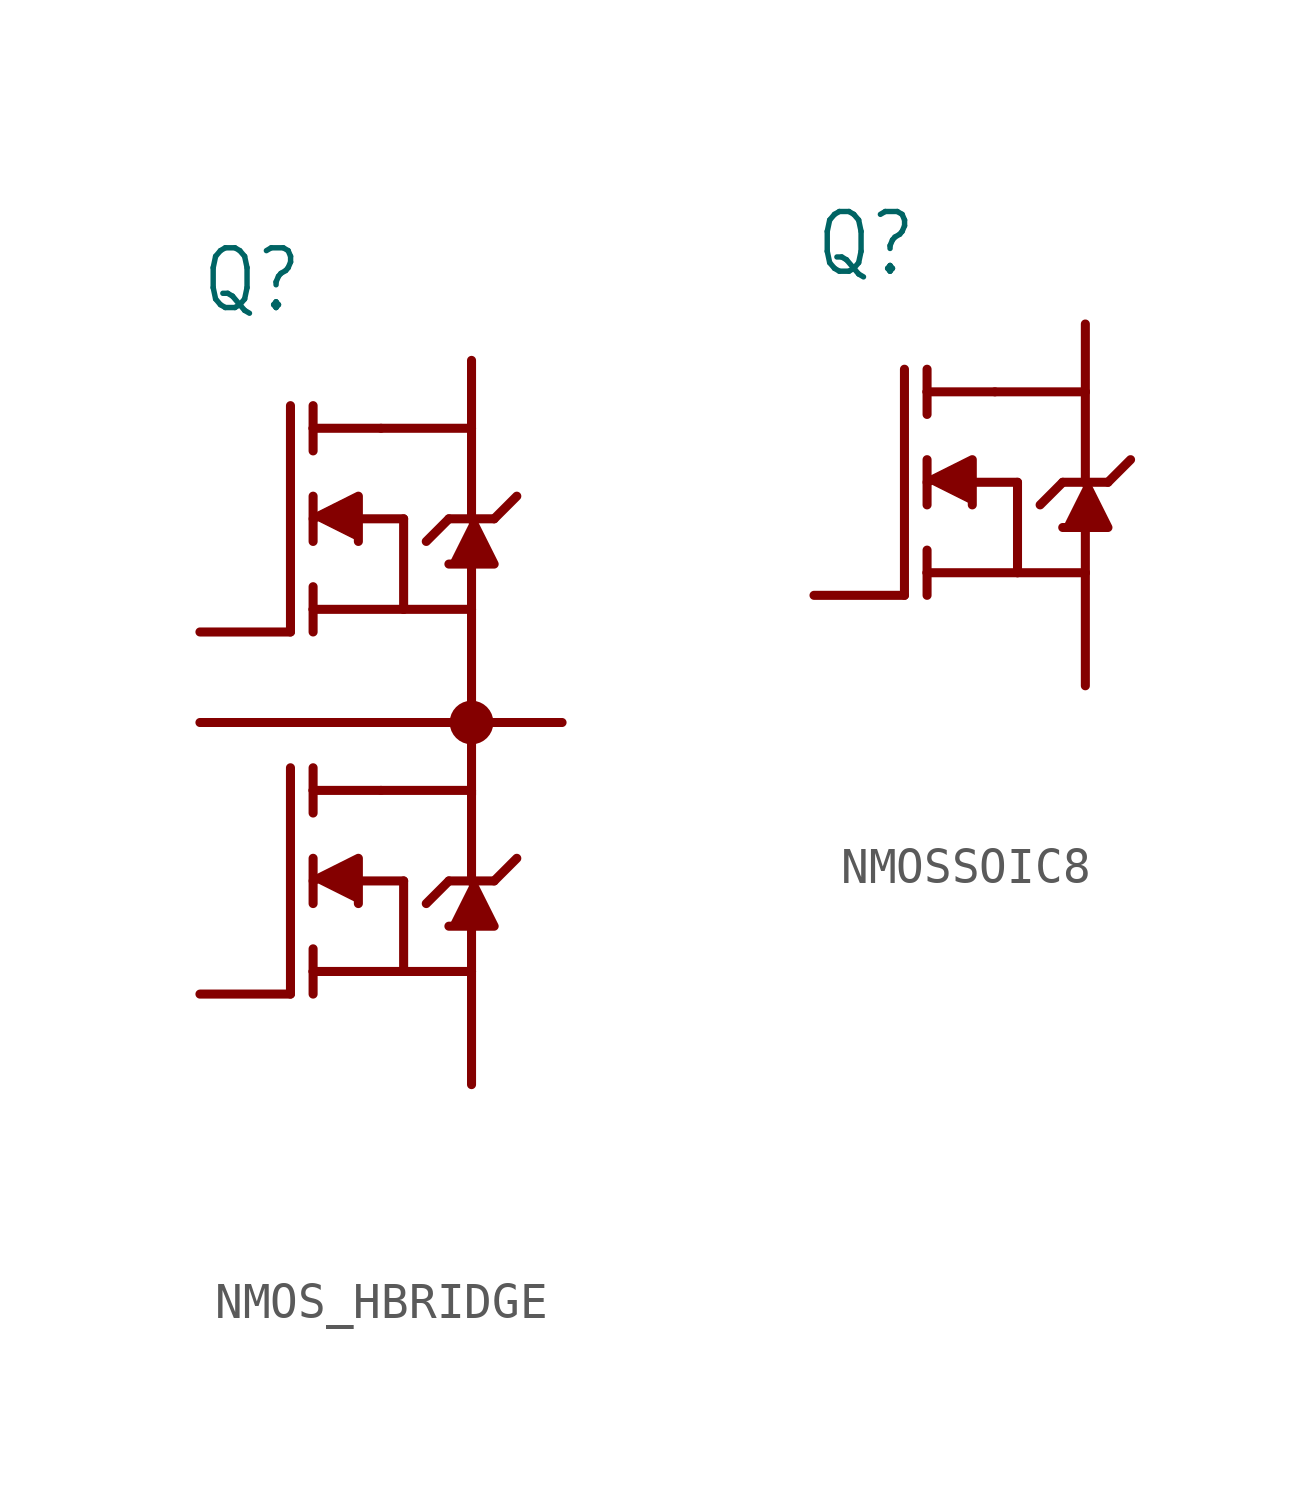
<source format=kicad_sym>
(kicad_symbol_lib
  (version 20231120)
  (generator "kicad_symbol_editor")
  (generator_version "8.0")
  (symbol "NMOS_HBRIDGE"
    (property "Reference" "Q"
      (at -7.62 11.43 0)
      (effects (font (size 1.676 1.425)) (justify left bottom)))
    (property "Value" ""
      (at -7.62 -12.7 0)
      (effects (font (size 1.676 1.425)) (justify left bottom)))
    (property "ki_locked" ""
      (at 0 0 0)
      (effects (font (size 1.27 1.27))))
    (symbol "NMOS_HBRIDGE_1_0"
      (polyline (pts (xy -7.62 0) (xy 2.54 0)) (stroke (width 0.254) (type solid)) (fill (type none)))
      (polyline (pts (xy -5.08 -7.62) (xy -7.62 -7.62)) (stroke (width 0.254) (type solid)) (fill (type none)))
      (polyline (pts (xy -5.08 -1.27) (xy -5.08 -7.62)) (stroke (width 0.254) (type solid)) (fill (type none)))
      (polyline (pts (xy -5.08 2.54) (xy -7.62 2.54)) (stroke (width 0.254) (type solid)) (fill (type none)))
      (polyline (pts (xy -5.08 8.89) (xy -5.08 2.54)) (stroke (width 0.254) (type solid)) (fill (type none)))
      (polyline (pts (xy -4.445 -6.985) (xy -4.445 -7.62)) (stroke (width 0.254) (type solid)) (fill (type none)))
      (polyline (pts (xy -4.445 -6.35) (xy -4.445 -6.985)) (stroke (width 0.254) (type solid)) (fill (type none)))
      (polyline (pts (xy -4.445 -3.81) (xy -4.445 -5.08)) (stroke (width 0.254) (type solid)) (fill (type none)))
      (polyline (pts (xy -4.445 -1.905) (xy -4.445 -2.54)) (stroke (width 0.254) (type solid)) (fill (type none)))
      (polyline (pts (xy -4.445 -1.905) (xy -2.54 -1.905)) (stroke (width 0.254) (type solid)) (fill (type none)))
      (polyline (pts (xy -4.445 -1.27) (xy -4.445 -1.905)) (stroke (width 0.254) (type solid)) (fill (type none)))
      (polyline (pts (xy -4.445 3.175) (xy -4.445 2.54)) (stroke (width 0.254) (type solid)) (fill (type none)))
      (polyline (pts (xy -4.445 3.81) (xy -4.445 3.175)) (stroke (width 0.254) (type solid)) (fill (type none)))
      (polyline (pts (xy -4.445 6.35) (xy -4.445 5.08)) (stroke (width 0.254) (type solid)) (fill (type none)))
      (polyline (pts (xy -4.445 8.255) (xy -4.445 7.62)) (stroke (width 0.254) (type solid)) (fill (type none)))
      (polyline (pts (xy -4.445 8.255) (xy -2.54 8.255)) (stroke (width 0.254) (type solid)) (fill (type none)))
      (polyline (pts (xy -4.445 8.89) (xy -4.445 8.255)) (stroke (width 0.254) (type solid)) (fill (type none)))
      (polyline (pts (xy -3.175 -4.445) (xy -1.905 -4.445)) (stroke (width 0.254) (type solid)) (fill (type none)))
      (polyline (pts (xy -3.175 5.715) (xy -1.905 5.715)) (stroke (width 0.254) (type solid)) (fill (type none)))
      (polyline (pts (xy -1.905 -6.985) (xy -4.445 -6.985)) (stroke (width 0.254) (type solid)) (fill (type none)))
      (polyline (pts (xy -1.905 -6.985) (xy 0 -6.985)) (stroke (width 0.254) (type solid)) (fill (type none)))
      (polyline (pts (xy -1.905 -4.445) (xy -1.905 -6.985)) (stroke (width 0.254) (type solid)) (fill (type none)))
      (polyline (pts (xy -1.905 3.175) (xy -4.445 3.175)) (stroke (width 0.254) (type solid)) (fill (type none)))
      (polyline (pts (xy -1.905 3.175) (xy 0 3.175)) (stroke (width 0.254) (type solid)) (fill (type none)))
      (polyline (pts (xy -1.905 5.715) (xy -1.905 3.175)) (stroke (width 0.254) (type solid)) (fill (type none)))
      (polyline (pts (xy -1.27 -5.08) (xy -0.635 -4.445)) (stroke (width 0.254) (type solid)) (fill (type none)))
      (polyline (pts (xy -1.27 5.08) (xy -0.635 5.715)) (stroke (width 0.254) (type solid)) (fill (type none)))
      (polyline (pts (xy -0.635 -4.445) (xy 0 -4.445)) (stroke (width 0.254) (type solid)) (fill (type none)))
      (polyline (pts (xy -0.635 5.715) (xy 0 5.715)) (stroke (width 0.254) (type solid)) (fill (type none)))
      (polyline (pts (xy 0 -6.985) (xy 0 -10.16)) (stroke (width 0.254) (type solid)) (fill (type none)))
      (polyline (pts (xy 0 -6.985) (xy 0 -5.715)) (stroke (width 0.254) (type solid)) (fill (type none)))
      (polyline (pts (xy 0 -4.445) (xy 0 -1.905)) (stroke (width 0.254) (type solid)) (fill (type none)))
      (polyline (pts (xy 0 -4.445) (xy 0.635 -4.445)) (stroke (width 0.254) (type solid)) (fill (type none)))
      (polyline (pts (xy 0 -1.905) (xy -2.54 -1.905)) (stroke (width 0.254) (type solid)) (fill (type none)))
      (polyline (pts (xy 0 3.175) (xy 0 -2.032)) (stroke (width 0.254) (type solid)) (fill (type none)))
      (polyline (pts (xy 0 3.175) (xy 0 4.445)) (stroke (width 0.254) (type solid)) (fill (type none)))
      (polyline (pts (xy 0 5.715) (xy 0 8.255)) (stroke (width 0.254) (type solid)) (fill (type none)))
      (polyline (pts (xy 0 5.715) (xy 0.635 5.715)) (stroke (width 0.254) (type solid)) (fill (type none)))
      (polyline (pts (xy 0 8.255) (xy -2.54 8.255)) (stroke (width 0.254) (type solid)) (fill (type none)))
      (polyline (pts (xy 0 8.255) (xy 0 10.16)) (stroke (width 0.254) (type solid)) (fill (type none)))
      (polyline (pts (xy 0.635 -4.445) (xy 1.27 -3.81)) (stroke (width 0.254) (type solid)) (fill (type none)))
      (polyline (pts (xy 0.635 5.715) (xy 1.27 6.35)) (stroke (width 0.254) (type solid)) (fill (type none)))
      (polyline (pts (xy -4.445 -4.445) (xy -3.175 -3.81) (xy -3.175 -5.08)) (stroke (width 0.254) (type solid)) (fill (type outline)))
      (polyline (pts (xy -4.445 5.715) (xy -3.175 6.35) (xy -3.175 5.08)) (stroke (width 0.254) (type solid)) (fill (type outline)))
      (polyline (pts (xy 0 -4.445) (xy 0.635 -5.715) (xy -0.635 -5.715)) (stroke (width 0.254) (type solid)) (fill (type outline)))
      (polyline (pts (xy 0 5.715) (xy 0.635 4.445) (xy -0.635 4.445)) (stroke (width 0.254) (type solid)) (fill (type outline)))
      (circle (center 0 0) (radius 0.359) (stroke (width 0.508) (type solid)) (fill (type none)))
      (pin passive line (at -7.62 2.54 180) (length 0) (name "G1" (effects (font (size 0 0)))) (number "1" (effects (font (size 0 0)))))
      (pin passive line (at -7.62 0 0) (length 0) (name "GR" (effects (font (size 0 0)))) (number "2" (effects (font (size 0 0)))))
      (pin passive line (at 0 10.16 0) (length 0) (name "D1" (effects (font (size 0 0)))) (number "3" (effects (font (size 0 0)))))
      (pin passive line (at 0 10.16 0) (length 0) (name "D1" (effects (font (size 0 0)))) (number "4" (effects (font (size 0 0)))))
      (pin passive line (at 2.54 0 0) (length 0) (name "S1/D2" (effects (font (size 0 0)))) (number "5" (effects (font (size 0 0)))))
      (pin passive line (at 2.54 0 0) (length 0) (name "S1/D2" (effects (font (size 0 0)))) (number "6" (effects (font (size 0 0)))))
      (pin passive line (at 2.54 0 0) (length 0) (name "S1/D2" (effects (font (size 0 0)))) (number "7" (effects (font (size 0 0)))))
      (pin passive line (at -7.62 -7.62 180) (length 0) (name "G2" (effects (font (size 0 0)))) (number "8" (effects (font (size 0 0)))))
      (pin passive line (at 0 10.16 0) (length 0) (name "D1" (effects (font (size 0 0)))) (number "D1" (effects (font (size 0 0)))))
      (pin passive line (at 0 -10.16 0) (length 0) (name "S2" (effects (font (size 0 0)))) (number "S2" (effects (font (size 0 0)))))))
  (symbol "NMOSSOIC8"
    (property "Reference" "Q"
      (at -7.62 6.35 0)
      (effects (font (size 1.676 1.425)) (justify left bottom)))
    (property "Value" ""
      (at -7.62 -7.62 0)
      (effects (font (size 1.676 1.425)) (justify left bottom)))
    (property "ki_locked" ""
      (at 0 0 0)
      (effects (font (size 1.27 1.27))))
    (symbol "NMOSSOIC8_1_0"
      (polyline (pts (xy -5.08 -2.54) (xy -7.62 -2.54)) (stroke (width 0.254) (type solid)) (fill (type none)))
      (polyline (pts (xy -5.08 3.81) (xy -5.08 -2.54)) (stroke (width 0.254) (type solid)) (fill (type none)))
      (polyline (pts (xy -4.445 -1.905) (xy -4.445 -2.54)) (stroke (width 0.254) (type solid)) (fill (type none)))
      (polyline (pts (xy -4.445 -1.27) (xy -4.445 -1.905)) (stroke (width 0.254) (type solid)) (fill (type none)))
      (polyline (pts (xy -4.445 1.27) (xy -4.445 0)) (stroke (width 0.254) (type solid)) (fill (type none)))
      (polyline (pts (xy -4.445 3.175) (xy -4.445 2.54)) (stroke (width 0.254) (type solid)) (fill (type none)))
      (polyline (pts (xy -4.445 3.175) (xy -2.54 3.175)) (stroke (width 0.254) (type solid)) (fill (type none)))
      (polyline (pts (xy -4.445 3.81) (xy -4.445 3.175)) (stroke (width 0.254) (type solid)) (fill (type none)))
      (polyline (pts (xy -3.175 0.635) (xy -1.905 0.635)) (stroke (width 0.254) (type solid)) (fill (type none)))
      (polyline (pts (xy -1.905 -1.905) (xy -4.445 -1.905)) (stroke (width 0.254) (type solid)) (fill (type none)))
      (polyline (pts (xy -1.905 -1.905) (xy 0 -1.905)) (stroke (width 0.254) (type solid)) (fill (type none)))
      (polyline (pts (xy -1.905 0.635) (xy -1.905 -1.905)) (stroke (width 0.254) (type solid)) (fill (type none)))
      (polyline (pts (xy -1.27 0) (xy -0.635 0.635)) (stroke (width 0.254) (type solid)) (fill (type none)))
      (polyline (pts (xy -0.635 0.635) (xy 0 0.635)) (stroke (width 0.254) (type solid)) (fill (type none)))
      (polyline (pts (xy 0 -1.905) (xy 0 -5.08)) (stroke (width 0.254) (type solid)) (fill (type none)))
      (polyline (pts (xy 0 -1.905) (xy 0 -0.635)) (stroke (width 0.254) (type solid)) (fill (type none)))
      (polyline (pts (xy 0 0.635) (xy 0 3.175)) (stroke (width 0.254) (type solid)) (fill (type none)))
      (polyline (pts (xy 0 0.635) (xy 0.635 0.635)) (stroke (width 0.254) (type solid)) (fill (type none)))
      (polyline (pts (xy 0 3.175) (xy -2.54 3.175)) (stroke (width 0.254) (type solid)) (fill (type none)))
      (polyline (pts (xy 0 3.175) (xy 0 5.08)) (stroke (width 0.254) (type solid)) (fill (type none)))
      (polyline (pts (xy 0.635 0.635) (xy 1.27 1.27)) (stroke (width 0.254) (type solid)) (fill (type none)))
      (polyline (pts (xy -4.445 0.635) (xy -3.175 1.27) (xy -3.175 0)) (stroke (width 0.254) (type solid)) (fill (type outline)))
      (polyline (pts (xy 0 0.635) (xy 0.635 -0.635) (xy -0.635 -0.635)) (stroke (width 0.254) (type solid)) (fill (type outline)))
      (pin passive line (at 0 -5.08 0) (length 0) (name "S" (effects (font (size 0 0)))) (number "1" (effects (font (size 0 0)))))
      (pin passive line (at 0 -5.08 0) (length 0) (name "S" (effects (font (size 0 0)))) (number "2" (effects (font (size 0 0)))))
      (pin passive line (at 0 -5.08 0) (length 0) (name "S" (effects (font (size 0 0)))) (number "3" (effects (font (size 0 0)))))
      (pin passive line (at -7.62 -2.54 180) (length 0) (name "G" (effects (font (size 0 0)))) (number "4" (effects (font (size 0 0)))))
      (pin passive line (at 0 5.08 0) (length 0) (name "D" (effects (font (size 0 0)))) (number "5" (effects (font (size 0 0)))))
      (pin passive line (at 0 5.08 0) (length 0) (name "D" (effects (font (size 0 0)))) (number "6" (effects (font (size 0 0)))))
      (pin passive line (at 0 5.08 0) (length 0) (name "D" (effects (font (size 0 0)))) (number "7" (effects (font (size 0 0)))))
      (pin passive line (at 0 5.08 0) (length 0) (name "D" (effects (font (size 0 0)))) (number "8" (effects (font (size 0 0))))))))
</source>
